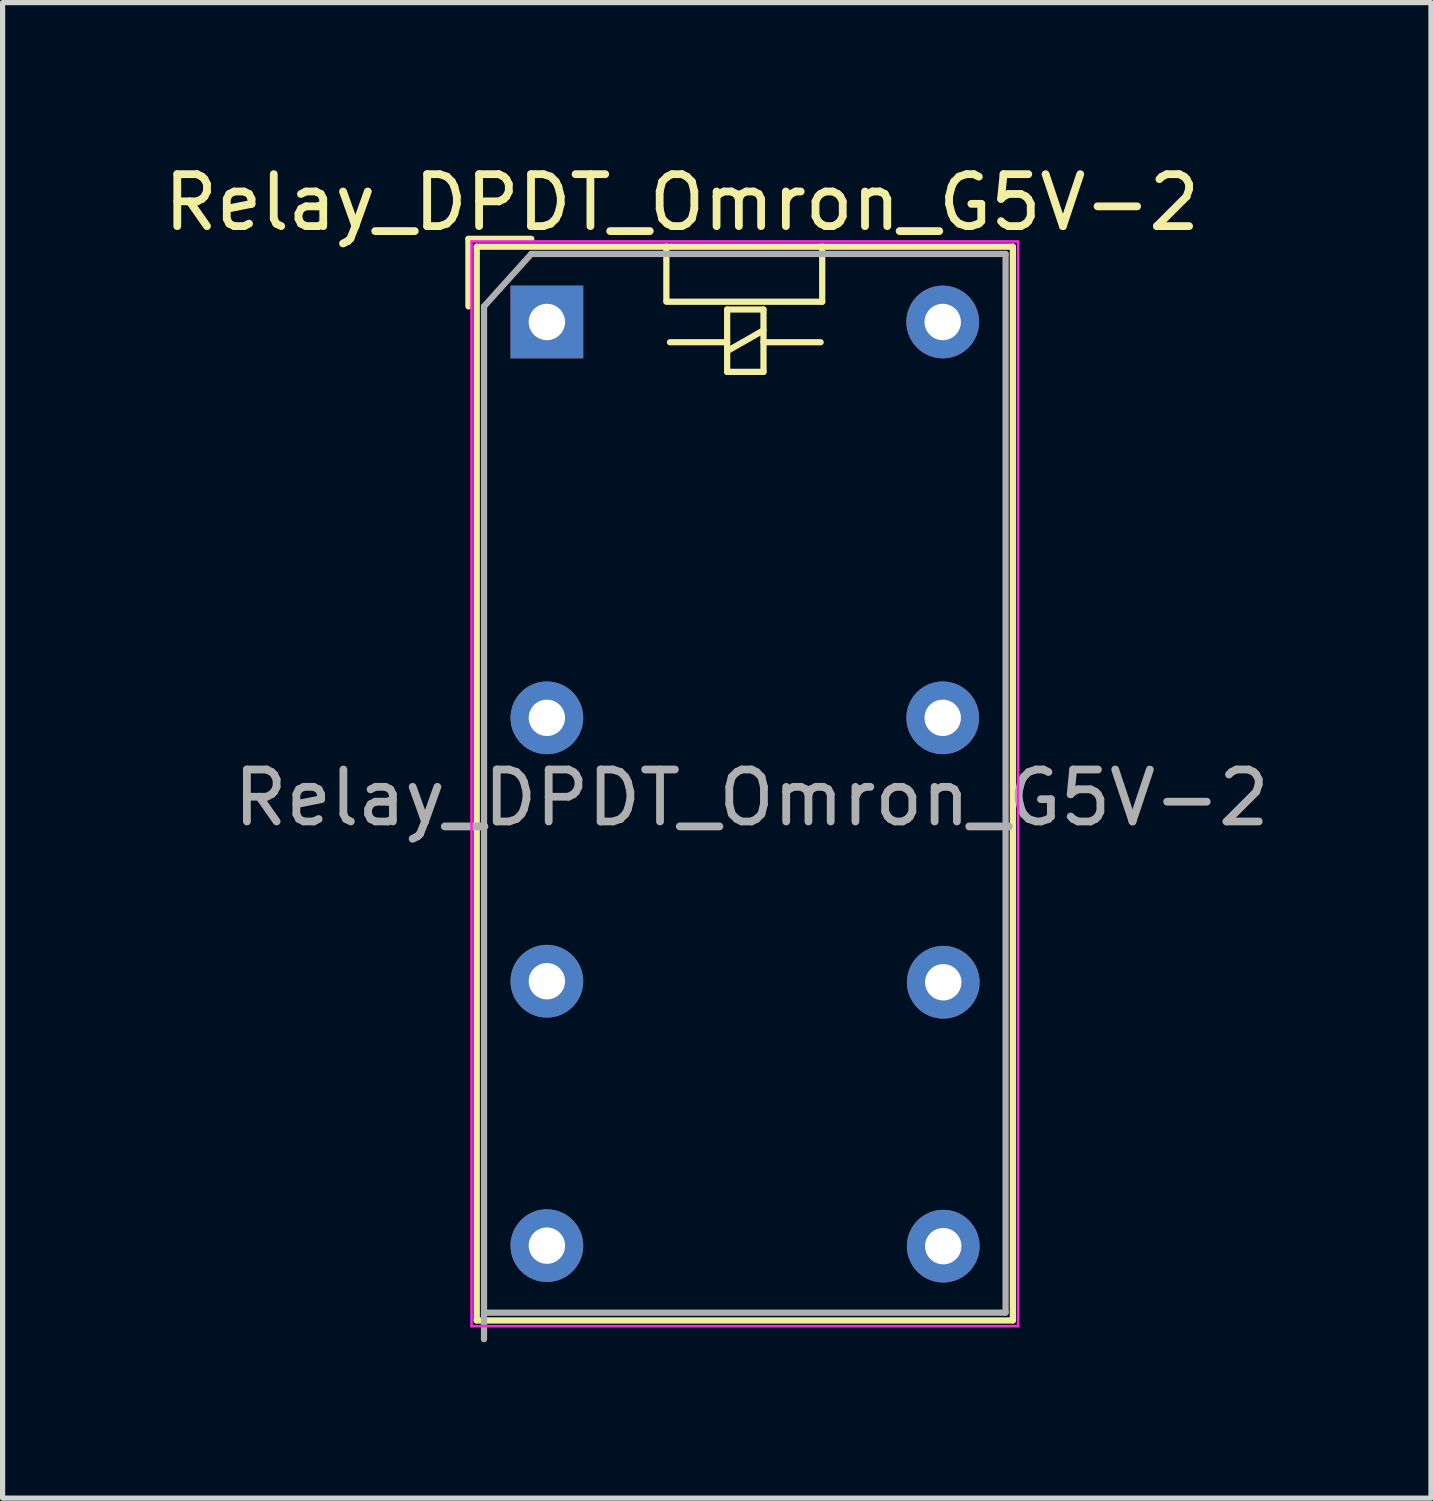
<source format=kicad_pcb>
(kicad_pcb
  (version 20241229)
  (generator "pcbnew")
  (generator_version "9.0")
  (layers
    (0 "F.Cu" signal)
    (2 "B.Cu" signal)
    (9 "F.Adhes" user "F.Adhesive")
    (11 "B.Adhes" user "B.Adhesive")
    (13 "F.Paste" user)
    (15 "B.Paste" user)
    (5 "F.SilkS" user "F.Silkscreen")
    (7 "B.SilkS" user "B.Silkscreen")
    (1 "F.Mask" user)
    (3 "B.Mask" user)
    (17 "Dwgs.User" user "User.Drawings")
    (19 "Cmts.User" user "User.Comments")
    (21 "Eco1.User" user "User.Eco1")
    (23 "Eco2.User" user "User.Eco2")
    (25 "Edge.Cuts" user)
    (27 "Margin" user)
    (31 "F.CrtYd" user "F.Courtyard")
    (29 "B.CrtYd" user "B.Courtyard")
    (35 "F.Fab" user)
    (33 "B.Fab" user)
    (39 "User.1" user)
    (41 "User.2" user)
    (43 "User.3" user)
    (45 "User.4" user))
  (footprint "Relay_DPDT_Omron_G5V-2"
    (layer "F.Cu")
    (at 7.477 3.148)
    (property "Reference" "Relay_DPDT_Omron_G5V-2" (at 2.6 -2.3 0) (layer "F.SilkS") (effects (font (size 1 1) (thickness 0.15))))
    (attr through_hole)
    (fp_line (start -1.51 -1.6) (end -0.3 -1.6) (stroke (width 0.12) (type solid)) (layer "F.SilkS"))
    (fp_line (start -1.51 -0.3) (end -1.51 -1.6) (stroke (width 0.12) (type solid)) (layer "F.SilkS"))
    (fp_line (start -1.35 -1.45) (end -1.35 19.22) (stroke (width 0.12) (type solid)) (layer "F.SilkS"))
    (fp_line (start -1.35 19.22) (end 8.97 19.22) (stroke (width 0.12) (type solid)) (layer "F.SilkS"))
    (fp_line (start 2.3 -1.45) (end 2.3 -0.41) (stroke (width 0.12) (type solid)) (layer "F.SilkS"))
    (fp_line (start 2.3 -0.39) (end 5.3 -0.39) (stroke (width 0.12) (type solid)) (layer "F.SilkS"))
    (fp_line (start 3.47 -0.24) (end 3.47 0.96) (stroke (width 0.12) (type solid)) (layer "F.SilkS"))
    (fp_line (start 3.47 0.39) (end 2.37 0.39) (stroke (width 0.12) (type solid)) (layer "F.SilkS"))
    (fp_line (start 3.47 0.56) (end 4.17 0.16) (stroke (width 0.12) (type solid)) (layer "F.SilkS"))
    (fp_line (start 3.47 0.96) (end 4.17 0.96) (stroke (width 0.12) (type solid)) (layer "F.SilkS"))
    (fp_line (start 4.17 -0.24) (end 3.47 -0.24) (stroke (width 0.12) (type solid)) (layer "F.SilkS"))
    (fp_line (start 4.17 0.39) (end 5.27 0.39) (stroke (width 0.12) (type solid)) (layer "F.SilkS"))
    (fp_line (start 4.17 0.96) (end 4.17 -0.24) (stroke (width 0.12) (type solid)) (layer "F.SilkS"))
    (fp_line (start 5.3 -0.39) (end 5.3 -1.45) (stroke (width 0.12) (type solid)) (layer "F.SilkS"))
    (fp_line (start 8.97 -1.45) (end -1.35 -1.45) (stroke (width 0.12) (type solid)) (layer "F.SilkS"))
    (fp_line (start 8.97 19.22) (end 8.97 -1.45) (stroke (width 0.12) (type solid)) (layer "F.SilkS"))
    (fp_line (start -1.45 -1.55) (end -1.45 19.33) (stroke (width 0.05) (type solid)) (layer "F.CrtYd"))
    (fp_line (start -1.45 -1.55) (end 9.07 -1.55) (stroke (width 0.05) (type solid)) (layer "F.CrtYd"))
    (fp_line (start 9.07 -1.55) (end 9.07 19.33) (stroke (width 0.05) (type solid)) (layer "F.CrtYd"))
    (fp_line (start 9.07 19.33) (end -1.45 19.33) (stroke (width 0.05) (type solid)) (layer "F.CrtYd"))
    (fp_line (start -1.21 -0.3) (end -1.21 19.58) (stroke (width 0.12) (type solid)) (layer "F.Fab"))
    (fp_line (start -1.21 -0.3) (end -0.3 -1.31) (stroke (width 0.12) (type solid)) (layer "F.Fab"))
    (fp_line (start -1.21 19.07) (end 8.83 19.07) (stroke (width 0.12) (type solid)) (layer "F.Fab"))
    (fp_line (start 8.83 -1.31) (end -0.3 -1.31) (stroke (width 0.12) (type solid)) (layer "F.Fab"))
    (fp_line (start 8.83 19.07) (end 8.83 -1.31) (stroke (width 0.12) (type solid)) (layer "F.Fab"))
    (fp_text user "${REFERENCE}" (at 3.94 9.16 0) (layer "F.Fab") (effects (font (size 1 1) (thickness 0.15))))
    (pad "1" thru_hole rect (at 0 0) (size 1.4 1.4) (drill 0.7) (layers "*.Cu" "*.Mask"))
    (pad "2" thru_hole circle (at 0 7.62) (size 1.4 1.4) (drill 0.7) (layers "*.Cu" "*.Mask"))
    (pad "3" thru_hole circle (at 0 12.69) (size 1.4 1.4) (drill 0.7) (layers "*.Cu" "*.Mask"))
    (pad "4" thru_hole circle (at 0 17.78) (size 1.4 1.4) (drill 0.7) (layers "*.Cu" "*.Mask"))
    (pad "5" thru_hole circle (at 7.63 17.79) (size 1.4 1.4) (drill 0.7) (layers "*.Cu" "*.Mask"))
    (pad "6" thru_hole circle (at 7.63 12.71) (size 1.4 1.4) (drill 0.7) (layers "*.Cu" "*.Mask"))
    (pad "7" thru_hole circle (at 7.62 7.62) (size 1.4 1.4) (drill 0.7) (layers "*.Cu" "*.Mask"))
    (pad "8" thru_hole circle (at 7.62 0) (size 1.4 1.4) (drill 0.7) (layers "*.Cu" "*.Mask")))
  (gr_rect
    (start -3 -3)
    (end 24.495 25.788)
    (stroke (width 0.1) (type default))
    (fill no)
    (layer "Edge.Cuts")))
</source>
